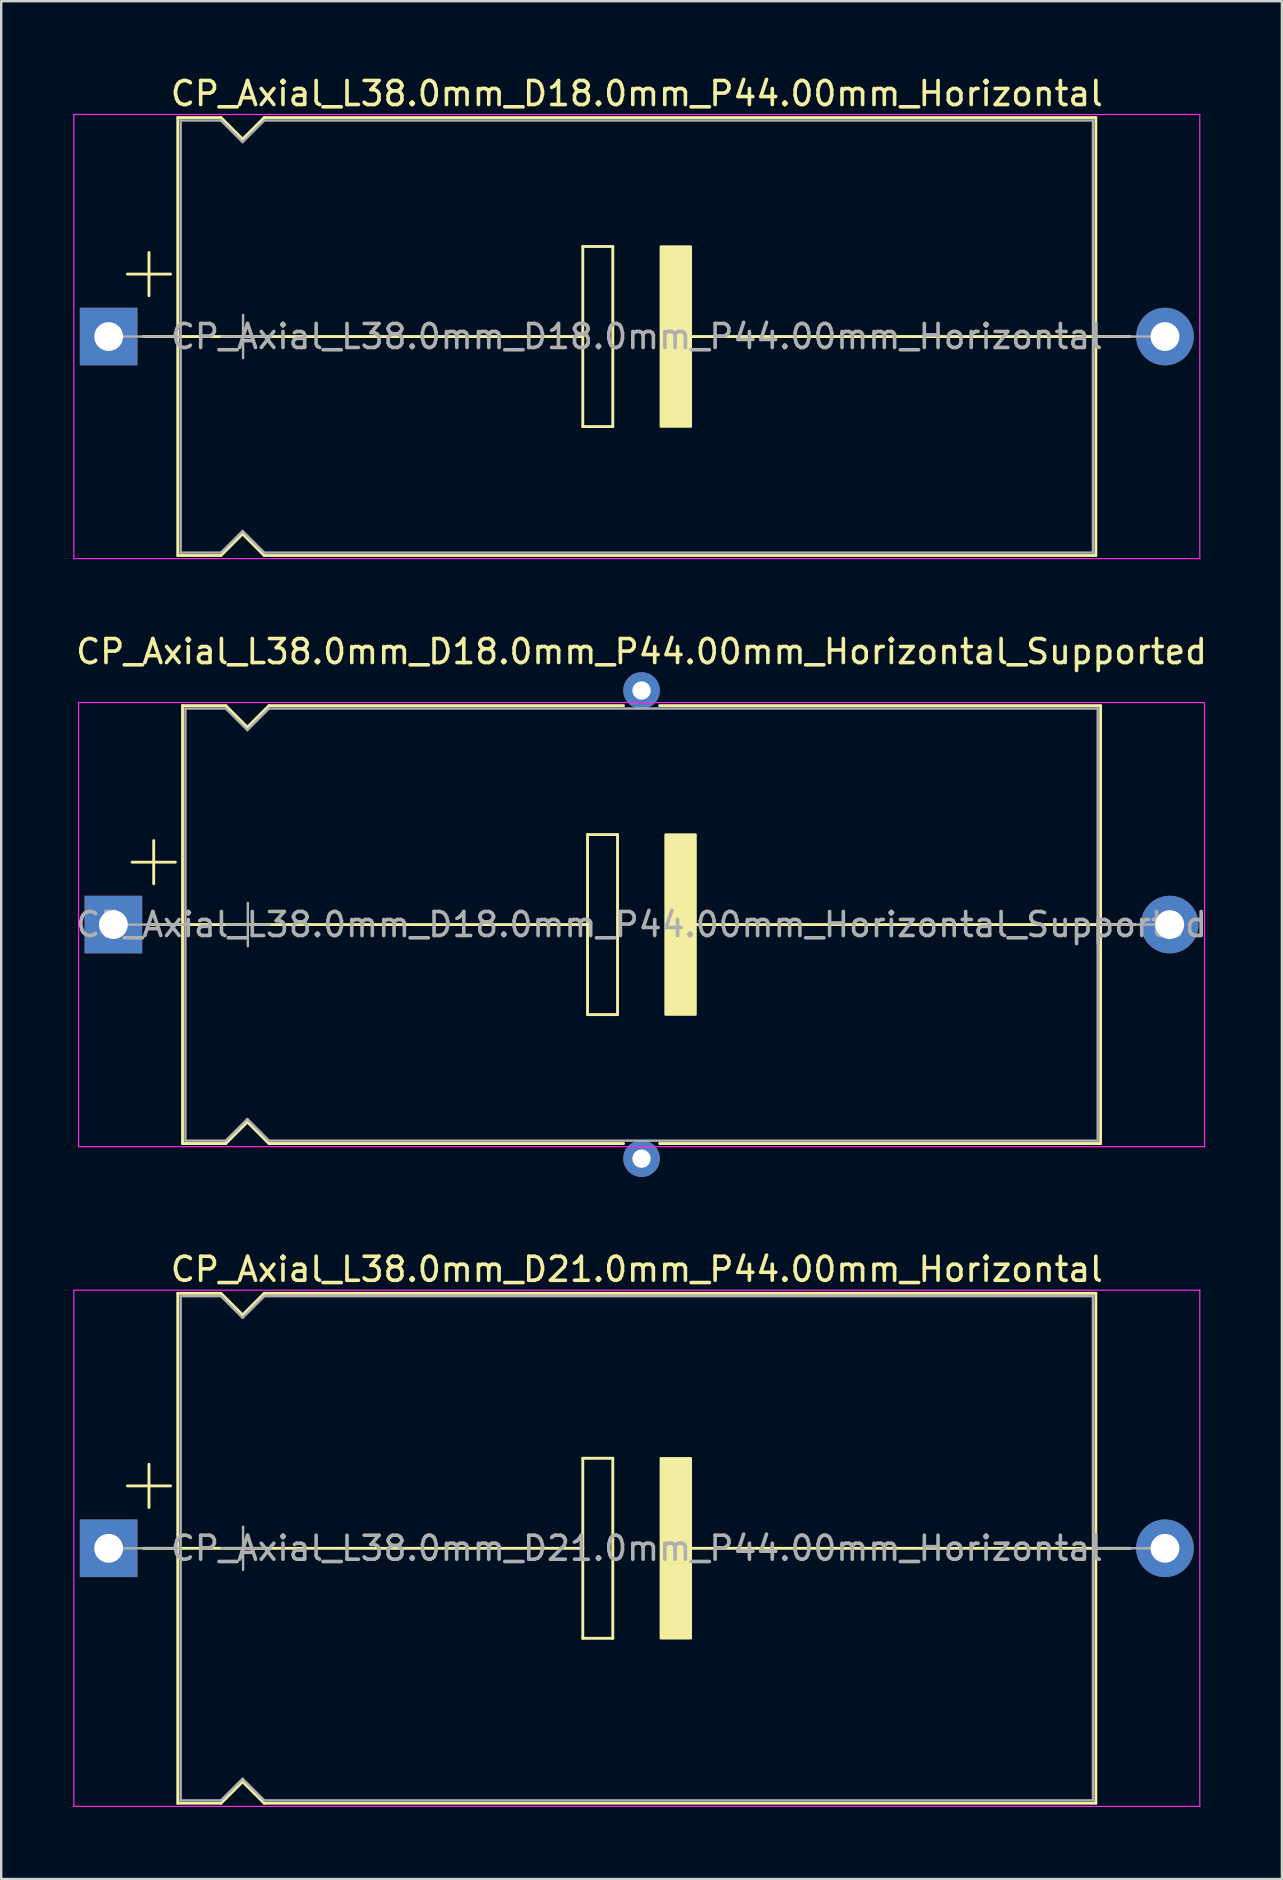
<source format=kicad_pcb>
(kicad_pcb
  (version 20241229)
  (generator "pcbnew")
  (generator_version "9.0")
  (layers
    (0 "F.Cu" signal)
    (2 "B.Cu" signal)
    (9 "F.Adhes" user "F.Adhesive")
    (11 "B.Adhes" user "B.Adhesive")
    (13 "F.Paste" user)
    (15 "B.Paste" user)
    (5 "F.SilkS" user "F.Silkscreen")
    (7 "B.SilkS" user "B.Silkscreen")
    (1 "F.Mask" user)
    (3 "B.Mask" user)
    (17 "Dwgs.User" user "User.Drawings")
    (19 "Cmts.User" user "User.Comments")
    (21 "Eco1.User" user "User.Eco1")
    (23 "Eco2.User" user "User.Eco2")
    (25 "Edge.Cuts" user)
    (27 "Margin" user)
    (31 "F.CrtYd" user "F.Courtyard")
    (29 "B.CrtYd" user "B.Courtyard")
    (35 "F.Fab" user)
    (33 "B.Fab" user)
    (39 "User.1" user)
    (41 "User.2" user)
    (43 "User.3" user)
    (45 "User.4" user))
  (footprint "CP_Axial_L38.0mm_D21.0mm_P44.00mm_Horizontal"
    (layer "F.Cu")
    (at 1.475 61.442)
    (property "Reference" "CP_Axial_L38.0mm_D21.0mm_P44.00mm_Horizontal" (at 22 -11.62 0) (layer "F.SilkS") (effects (font (size 1 1) (thickness 0.15))))
    (attr through_hole)
    (fp_line (start 0.78 -2.6) (end 2.58 -2.6) (stroke (width 0.12) (type solid)) (layer "F.SilkS"))
    (fp_line (start 1.44 0) (end 2.88 0) (stroke (width 0.12) (type solid)) (layer "F.SilkS"))
    (fp_line (start 1.68 -3.5) (end 1.68 -1.7) (stroke (width 0.12) (type solid)) (layer "F.SilkS"))
    (fp_line (start 2.88 -10.62) (end 2.88 10.62) (stroke (width 0.12) (type solid)) (layer "F.SilkS"))
    (fp_line (start 2.88 -10.62) (end 4.68 -10.62) (stroke (width 0.12) (type solid)) (layer "F.SilkS"))
    (fp_line (start 2.88 0) (end 19.75 0) (stroke (width 0.12) (type solid)) (layer "F.SilkS"))
    (fp_line (start 2.88 10.62) (end 4.68 10.62) (stroke (width 0.12) (type solid)) (layer "F.SilkS"))
    (fp_line (start 4.68 -10.62) (end 5.58 -9.72) (stroke (width 0.12) (type solid)) (layer "F.SilkS"))
    (fp_line (start 4.68 10.62) (end 5.58 9.72) (stroke (width 0.12) (type solid)) (layer "F.SilkS"))
    (fp_line (start 5.58 -9.72) (end 6.48 -10.62) (stroke (width 0.12) (type solid)) (layer "F.SilkS"))
    (fp_line (start 5.58 9.72) (end 6.48 10.62) (stroke (width 0.12) (type solid)) (layer "F.SilkS"))
    (fp_line (start 6.48 -10.62) (end 41.12 -10.62) (stroke (width 0.12) (type solid)) (layer "F.SilkS"))
    (fp_line (start 6.48 10.62) (end 41.12 10.62) (stroke (width 0.12) (type solid)) (layer "F.SilkS"))
    (fp_line (start 19.75 -3.75) (end 21 -3.75) (stroke (width 0.12) (type solid)) (layer "F.SilkS"))
    (fp_line (start 19.75 0) (end 19.75 -3.75) (stroke (width 0.12) (type solid)) (layer "F.SilkS"))
    (fp_line (start 19.75 3.75) (end 19.75 0) (stroke (width 0.12) (type solid)) (layer "F.SilkS"))
    (fp_line (start 21 -3.75) (end 21 3.75) (stroke (width 0.12) (type solid)) (layer "F.SilkS"))
    (fp_line (start 21 3.75) (end 19.75 3.75) (stroke (width 0.12) (type solid)) (layer "F.SilkS"))
    (fp_line (start 24.25 0) (end 41.12 0) (stroke (width 0.12) (type solid)) (layer "F.SilkS"))
    (fp_line (start 41.12 -10.62) (end 41.12 10.62) (stroke (width 0.12) (type solid)) (layer "F.SilkS"))
    (fp_line (start 42.56 0) (end 41.12 0) (stroke (width 0.12) (type solid)) (layer "F.SilkS"))
    (fp_poly (pts (xy 24.25 3.75) (xy 23 3.75) (xy 23 -3.75) (xy 24.25 -3.75)) (stroke (width 0.1) (type solid)) (fill yes) (layer "F.SilkS"))
    (fp_line (start -1.45 -10.75) (end -1.45 10.75) (stroke (width 0.05) (type solid)) (layer "F.CrtYd"))
    (fp_line (start -1.45 10.75) (end 45.45 10.75) (stroke (width 0.05) (type solid)) (layer "F.CrtYd"))
    (fp_line (start 45.45 -10.75) (end -1.45 -10.75) (stroke (width 0.05) (type solid)) (layer "F.CrtYd"))
    (fp_line (start 45.45 10.75) (end 45.45 -10.75) (stroke (width 0.05) (type solid)) (layer "F.CrtYd"))
    (fp_line (start 0 0) (end 3 0) (stroke (width 0.1) (type solid)) (layer "F.Fab"))
    (fp_line (start 3 -10.5) (end 3 10.5) (stroke (width 0.1) (type solid)) (layer "F.Fab"))
    (fp_line (start 3 -10.5) (end 4.68 -10.5) (stroke (width 0.1) (type solid)) (layer "F.Fab"))
    (fp_line (start 3 10.5) (end 4.68 10.5) (stroke (width 0.1) (type solid)) (layer "F.Fab"))
    (fp_line (start 4.68 -10.5) (end 5.58 -9.6) (stroke (width 0.1) (type solid)) (layer "F.Fab"))
    (fp_line (start 4.68 10.5) (end 5.58 9.6) (stroke (width 0.1) (type solid)) (layer "F.Fab"))
    (fp_line (start 4.7 0) (end 6.5 0) (stroke (width 0.1) (type solid)) (layer "F.Fab"))
    (fp_line (start 5.58 -9.6) (end 6.48 -10.5) (stroke (width 0.1) (type solid)) (layer "F.Fab"))
    (fp_line (start 5.58 9.6) (end 6.48 10.5) (stroke (width 0.1) (type solid)) (layer "F.Fab"))
    (fp_line (start 5.6 -0.9) (end 5.6 0.9) (stroke (width 0.1) (type solid)) (layer "F.Fab"))
    (fp_line (start 6.48 -10.5) (end 41 -10.5) (stroke (width 0.1) (type solid)) (layer "F.Fab"))
    (fp_line (start 6.48 10.5) (end 41 10.5) (stroke (width 0.1) (type solid)) (layer "F.Fab"))
    (fp_line (start 41 -10.5) (end 41 10.5) (stroke (width 0.1) (type solid)) (layer "F.Fab"))
    (fp_line (start 44 0) (end 41 0) (stroke (width 0.1) (type solid)) (layer "F.Fab"))
    (fp_text user "${REFERENCE}" (at 22 0 0) (layer "F.Fab") (effects (font (size 1 1) (thickness 0.15))))
    (pad "1" thru_hole rect (at 0 0) (size 2.4 2.4) (drill 1.2) (layers "*.Cu" "*.Mask"))
    (pad "2" thru_hole oval (at 44 0) (size 2.4 2.4) (drill 1.2) (layers "*.Cu" "*.Mask")))
  (footprint "CP_Axial_L38.0mm_D18.0mm_P44.00mm_Horizontal"
    (layer "F.Cu")
    (at 1.475 10.968)
    (property "Reference" "CP_Axial_L38.0mm_D18.0mm_P44.00mm_Horizontal" (at 22 -10.12 0) (layer "F.SilkS") (effects (font (size 1 1) (thickness 0.15))))
    (attr through_hole)
    (fp_line (start 0.78 -2.6) (end 2.58 -2.6) (stroke (width 0.12) (type solid)) (layer "F.SilkS"))
    (fp_line (start 1.44 0) (end 2.88 0) (stroke (width 0.12) (type solid)) (layer "F.SilkS"))
    (fp_line (start 1.68 -3.5) (end 1.68 -1.7) (stroke (width 0.12) (type solid)) (layer "F.SilkS"))
    (fp_line (start 2.88 -9.12) (end 2.88 9.12) (stroke (width 0.12) (type solid)) (layer "F.SilkS"))
    (fp_line (start 2.88 -9.12) (end 4.68 -9.12) (stroke (width 0.12) (type solid)) (layer "F.SilkS"))
    (fp_line (start 2.88 0) (end 19.75 0) (stroke (width 0.12) (type solid)) (layer "F.SilkS"))
    (fp_line (start 2.88 9.12) (end 4.68 9.12) (stroke (width 0.12) (type solid)) (layer "F.SilkS"))
    (fp_line (start 4.68 -9.12) (end 5.58 -8.22) (stroke (width 0.12) (type solid)) (layer "F.SilkS"))
    (fp_line (start 4.68 9.12) (end 5.58 8.22) (stroke (width 0.12) (type solid)) (layer "F.SilkS"))
    (fp_line (start 5.58 -8.22) (end 6.48 -9.12) (stroke (width 0.12) (type solid)) (layer "F.SilkS"))
    (fp_line (start 5.58 8.22) (end 6.48 9.12) (stroke (width 0.12) (type solid)) (layer "F.SilkS"))
    (fp_line (start 6.48 -9.12) (end 41.12 -9.12) (stroke (width 0.12) (type solid)) (layer "F.SilkS"))
    (fp_line (start 6.48 9.12) (end 41.12 9.12) (stroke (width 0.12) (type solid)) (layer "F.SilkS"))
    (fp_line (start 19.75 -3.75) (end 21 -3.75) (stroke (width 0.12) (type solid)) (layer "F.SilkS"))
    (fp_line (start 19.75 0) (end 19.75 -3.75) (stroke (width 0.12) (type solid)) (layer "F.SilkS"))
    (fp_line (start 19.75 3.75) (end 19.75 0) (stroke (width 0.12) (type solid)) (layer "F.SilkS"))
    (fp_line (start 21 -3.75) (end 21 3.75) (stroke (width 0.12) (type solid)) (layer "F.SilkS"))
    (fp_line (start 21 3.75) (end 19.75 3.75) (stroke (width 0.12) (type solid)) (layer "F.SilkS"))
    (fp_line (start 24.25 0) (end 41.12 0) (stroke (width 0.12) (type solid)) (layer "F.SilkS"))
    (fp_line (start 41.12 -9.12) (end 41.12 9.12) (stroke (width 0.12) (type solid)) (layer "F.SilkS"))
    (fp_line (start 42.56 0) (end 41.12 0) (stroke (width 0.12) (type solid)) (layer "F.SilkS"))
    (fp_poly (pts (xy 24.25 3.75) (xy 23 3.75) (xy 23 -3.75) (xy 24.25 -3.75)) (stroke (width 0.1) (type solid)) (fill yes) (layer "F.SilkS"))
    (fp_line (start -1.45 -9.25) (end -1.45 9.25) (stroke (width 0.05) (type solid)) (layer "F.CrtYd"))
    (fp_line (start -1.45 9.25) (end 45.45 9.25) (stroke (width 0.05) (type solid)) (layer "F.CrtYd"))
    (fp_line (start 45.45 -9.25) (end -1.45 -9.25) (stroke (width 0.05) (type solid)) (layer "F.CrtYd"))
    (fp_line (start 45.45 9.25) (end 45.45 -9.25) (stroke (width 0.05) (type solid)) (layer "F.CrtYd"))
    (fp_line (start 0 0) (end 3 0) (stroke (width 0.1) (type solid)) (layer "F.Fab"))
    (fp_line (start 3 -9) (end 3 9) (stroke (width 0.1) (type solid)) (layer "F.Fab"))
    (fp_line (start 3 -9) (end 4.68 -9) (stroke (width 0.1) (type solid)) (layer "F.Fab"))
    (fp_line (start 3 9) (end 4.68 9) (stroke (width 0.1) (type solid)) (layer "F.Fab"))
    (fp_line (start 4.68 -9) (end 5.58 -8.1) (stroke (width 0.1) (type solid)) (layer "F.Fab"))
    (fp_line (start 4.68 9) (end 5.58 8.1) (stroke (width 0.1) (type solid)) (layer "F.Fab"))
    (fp_line (start 4.7 0) (end 6.5 0) (stroke (width 0.1) (type solid)) (layer "F.Fab"))
    (fp_line (start 5.58 -8.1) (end 6.48 -9) (stroke (width 0.1) (type solid)) (layer "F.Fab"))
    (fp_line (start 5.58 8.1) (end 6.48 9) (stroke (width 0.1) (type solid)) (layer "F.Fab"))
    (fp_line (start 5.6 -0.9) (end 5.6 0.9) (stroke (width 0.1) (type solid)) (layer "F.Fab"))
    (fp_line (start 6.48 -9) (end 41 -9) (stroke (width 0.1) (type solid)) (layer "F.Fab"))
    (fp_line (start 6.48 9) (end 41 9) (stroke (width 0.1) (type solid)) (layer "F.Fab"))
    (fp_line (start 41 -9) (end 41 9) (stroke (width 0.1) (type solid)) (layer "F.Fab"))
    (fp_line (start 44 0) (end 41 0) (stroke (width 0.1) (type solid)) (layer "F.Fab"))
    (fp_text user "${REFERENCE}" (at 22 0 0) (layer "F.Fab") (effects (font (size 1 1) (thickness 0.15))))
    (pad "1" thru_hole rect (at 0 0) (size 2.4 2.4) (drill 1.2) (layers "*.Cu" "*.Mask"))
    (pad "2" thru_hole oval (at 44 0) (size 2.4 2.4) (drill 1.2) (layers "*.Cu" "*.Mask")))
  (footprint "CP_Axial_L38.0mm_D18.0mm_P44.00mm_Horizontal_Supported"
    (layer "F.Cu")
    (at 1.673 35.462)
    (property "Reference" "CP_Axial_L38.0mm_D18.0mm_P44.00mm_Horizontal_Supported" (at 22 -11.37 0) (layer "F.SilkS") (effects (font (size 1 1) (thickness 0.15))))
    (attr through_hole)
    (fp_line (start 0.78 -2.6) (end 2.58 -2.6) (stroke (width 0.12) (type solid)) (layer "F.SilkS"))
    (fp_line (start 1.44 0) (end 2.88 0) (stroke (width 0.12) (type solid)) (layer "F.SilkS"))
    (fp_line (start 1.68 -3.5) (end 1.68 -1.7) (stroke (width 0.12) (type solid)) (layer "F.SilkS"))
    (fp_line (start 2.88 -9.12) (end 2.88 9.12) (stroke (width 0.12) (type solid)) (layer "F.SilkS"))
    (fp_line (start 2.88 -9.12) (end 4.68 -9.12) (stroke (width 0.12) (type solid)) (layer "F.SilkS"))
    (fp_line (start 2.88 0) (end 19.75 0) (stroke (width 0.12) (type solid)) (layer "F.SilkS"))
    (fp_line (start 2.88 9.12) (end 4.68 9.12) (stroke (width 0.12) (type solid)) (layer "F.SilkS"))
    (fp_line (start 4.68 -9.12) (end 5.58 -8.22) (stroke (width 0.12) (type solid)) (layer "F.SilkS"))
    (fp_line (start 4.68 9.12) (end 5.58 8.22) (stroke (width 0.12) (type solid)) (layer "F.SilkS"))
    (fp_line (start 5.58 -8.22) (end 6.48 -9.12) (stroke (width 0.12) (type solid)) (layer "F.SilkS"))
    (fp_line (start 5.58 8.22) (end 6.48 9.12) (stroke (width 0.12) (type solid)) (layer "F.SilkS"))
    (fp_line (start 6.48 -9.12) (end 21.25 -9.12) (stroke (width 0.12) (type solid)) (layer "F.SilkS"))
    (fp_line (start 6.48 9.12) (end 21.25 9.12) (stroke (width 0.12) (type solid)) (layer "F.SilkS"))
    (fp_line (start 19.75 -3.75) (end 21 -3.75) (stroke (width 0.12) (type solid)) (layer "F.SilkS"))
    (fp_line (start 19.75 0) (end 19.75 -3.75) (stroke (width 0.12) (type solid)) (layer "F.SilkS"))
    (fp_line (start 19.75 3.75) (end 19.75 0) (stroke (width 0.12) (type solid)) (layer "F.SilkS"))
    (fp_line (start 21 -3.75) (end 21 3.75) (stroke (width 0.12) (type solid)) (layer "F.SilkS"))
    (fp_line (start 21 3.75) (end 19.75 3.75) (stroke (width 0.12) (type solid)) (layer "F.SilkS"))
    (fp_line (start 22.75 -9.12) (end 41.12 -9.12) (stroke (width 0.12) (type solid)) (layer "F.SilkS"))
    (fp_line (start 22.75 9.12) (end 41.12 9.12) (stroke (width 0.12) (type solid)) (layer "F.SilkS"))
    (fp_line (start 24.25 0) (end 41.12 0) (stroke (width 0.12) (type solid)) (layer "F.SilkS"))
    (fp_line (start 41.12 -9.12) (end 41.12 9.12) (stroke (width 0.12) (type solid)) (layer "F.SilkS"))
    (fp_line (start 42.56 0) (end 41.12 0) (stroke (width 0.12) (type solid)) (layer "F.SilkS"))
    (fp_poly (pts (xy 24.25 3.75) (xy 23 3.75) (xy 23 -3.75) (xy 24.25 -3.75)) (stroke (width 0.1) (type solid)) (fill yes) (layer "F.SilkS"))
    (fp_line (start -1.45 -9.25) (end -1.45 9.25) (stroke (width 0.05) (type solid)) (layer "F.CrtYd"))
    (fp_line (start -1.45 9.25) (end 45.45 9.25) (stroke (width 0.05) (type solid)) (layer "F.CrtYd"))
    (fp_line (start 45.45 -9.25) (end -1.45 -9.25) (stroke (width 0.05) (type solid)) (layer "F.CrtYd"))
    (fp_line (start 45.45 9.25) (end 45.45 -9.25) (stroke (width 0.05) (type solid)) (layer "F.CrtYd"))
    (fp_line (start 0 0) (end 3 0) (stroke (width 0.1) (type solid)) (layer "F.Fab"))
    (fp_line (start 3 -9) (end 3 9) (stroke (width 0.1) (type solid)) (layer "F.Fab"))
    (fp_line (start 3 -9) (end 4.68 -9) (stroke (width 0.1) (type solid)) (layer "F.Fab"))
    (fp_line (start 3 9) (end 4.68 9) (stroke (width 0.1) (type solid)) (layer "F.Fab"))
    (fp_line (start 4.68 -9) (end 5.58 -8.1) (stroke (width 0.1) (type solid)) (layer "F.Fab"))
    (fp_line (start 4.68 9) (end 5.58 8.1) (stroke (width 0.1) (type solid)) (layer "F.Fab"))
    (fp_line (start 4.7 0) (end 6.5 0) (stroke (width 0.1) (type solid)) (layer "F.Fab"))
    (fp_line (start 5.58 -8.1) (end 6.48 -9) (stroke (width 0.1) (type solid)) (layer "F.Fab"))
    (fp_line (start 5.58 8.1) (end 6.48 9) (stroke (width 0.1) (type solid)) (layer "F.Fab"))
    (fp_line (start 5.6 -0.9) (end 5.6 0.9) (stroke (width 0.1) (type solid)) (layer "F.Fab"))
    (fp_line (start 6.48 -9) (end 41 -9) (stroke (width 0.1) (type solid)) (layer "F.Fab"))
    (fp_line (start 6.48 9) (end 41 9) (stroke (width 0.1) (type solid)) (layer "F.Fab"))
    (fp_line (start 41 -9) (end 41 9) (stroke (width 0.1) (type solid)) (layer "F.Fab"))
    (fp_line (start 44 0) (end 41 0) (stroke (width 0.1) (type solid)) (layer "F.Fab"))
    (fp_text user "${REFERENCE}" (at 22 0 0) (layer "F.Fab") (effects (font (size 1 1) (thickness 0.15))))
    (pad "" thru_hole circle (at 22 -9.75) (size 1.524 1.524) (drill 0.762) (layers "*.Cu" "*.Mask"))
    (pad "" thru_hole circle (at 22 9.75) (size 1.524 1.524) (drill 0.762) (layers "*.Cu" "*.Mask"))
    (pad "1" thru_hole rect (at 0 0) (size 2.4 2.4) (drill 1.2) (layers "*.Cu" "*.Mask"))
    (pad "2" thru_hole oval (at 44 0) (size 2.4 2.4) (drill 1.2) (layers "*.Cu" "*.Mask")))
  (gr_rect
    (start -3 -3)
    (end 50.345 75.217)
    (stroke (width 0.1) (type default))
    (fill no)
    (layer "Edge.Cuts")))
</source>
